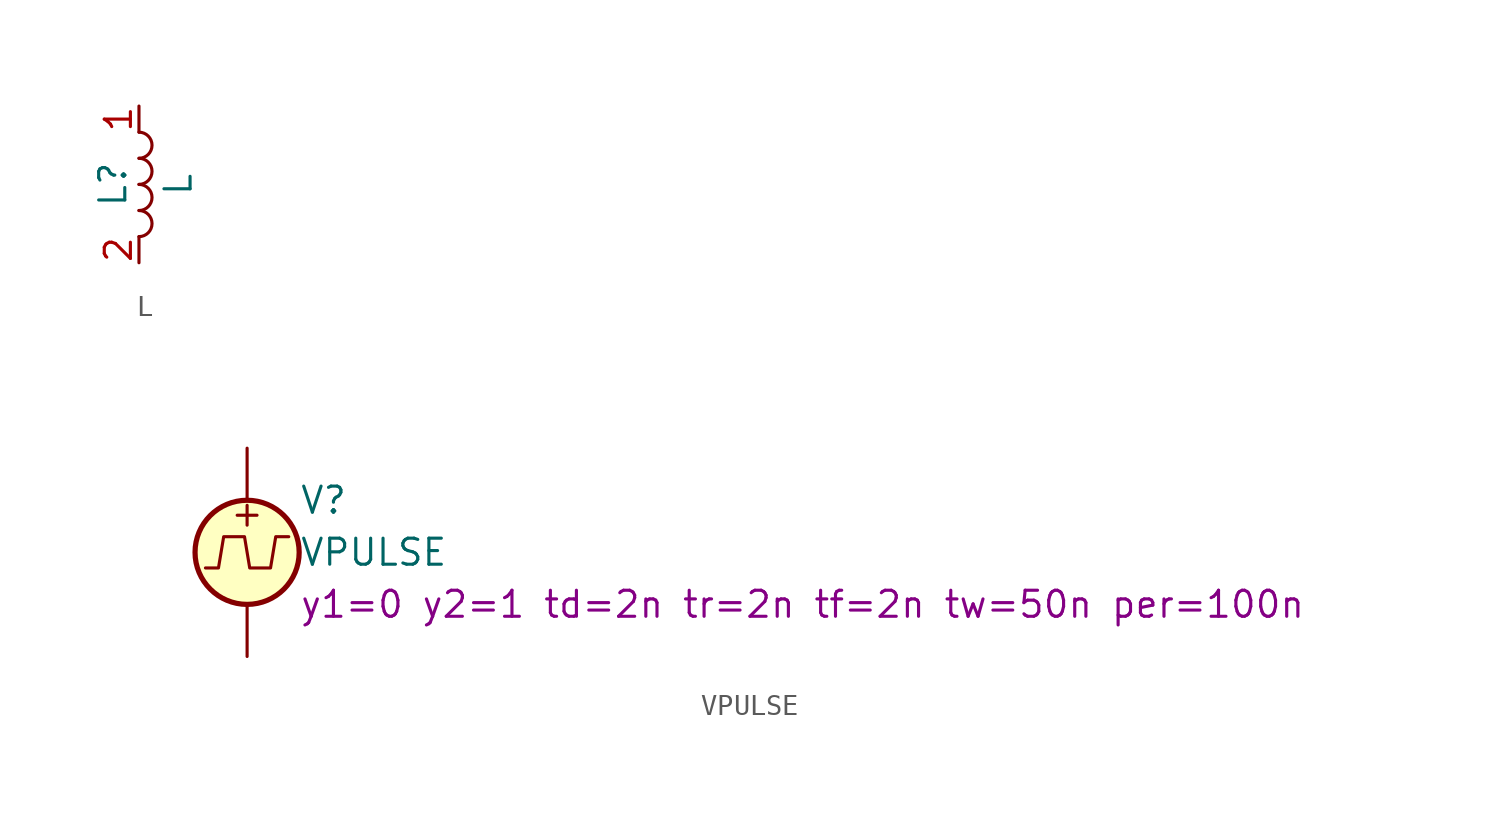
<source format=kicad_sym>
(kicad_symbol_lib
  (version 20241209)
  (generator "kicad_symbol_editor")
  (generator_version "9.0")
  (symbol "L"
    (pin_names
      (offset 1.016)
      (hide yes))
    (property "Reference" "L"
      (at -1.27 0 90)
      (effects (font (size 1.27 1.27))))
    (property "Value" "L"
      (at 1.905 0 90)
      (effects (font (size 1.27 1.27))))
    (symbol "L_0_1"
      (arc (start 0 2.54) (mid 0.6323 1.905) (end 0 1.27) (stroke (width 0) (type default)) (fill (type none)))
      (arc (start 0 1.27) (mid 0.6323 0.635) (end 0 0) (stroke (width 0) (type default)) (fill (type none)))
      (arc (start 0 0) (mid 0.6323 -0.635) (end 0 -1.27) (stroke (width 0) (type default)) (fill (type none)))
      (arc (start 0 -1.27) (mid 0.6323 -1.905) (end 0 -2.54) (stroke (width 0) (type default)) (fill (type none))))
    (symbol "L_1_1"
      (pin passive line (at 0 3.81 270) (length 1.27) (name "1" (effects (font (size 1.27 1.27)))) (number "1" (effects (font (size 1.27 1.27)))))
      (pin passive line (at 0 -3.81 90) (length 1.27) (name "2" (effects (font (size 1.27 1.27)))) (number "2" (effects (font (size 1.27 1.27)))))))
  (symbol "VPULSE"
    (pin_numbers
      (hide yes))
    (pin_names
      (offset 0.025))
    (property "Reference" "V"
      (at 2.54 2.54 0)
      (effects (font (size 1.27 1.27)) (justify left)))
    (property "Value" "VPULSE"
      (at 2.54 0 0)
      (effects (font (size 1.27 1.27)) (justify left)))
    (property "Sim.Params" "y1=0 y2=1 td=2n tr=2n tf=2n tw=50n per=100n"
      (at 2.54 -2.54 0)
      (effects (font (size 1.27 1.27)) (justify left)))
    (symbol "VPULSE_0_0"
      (polyline (pts (xy -2.032 -0.762) (xy -1.397 -0.762) (xy -1.143 0.762) (xy -0.127 0.762) (xy 0.127 -0.762) (xy 1.143 -0.762) (xy 1.397 0.762) (xy 2.032 0.762)) (stroke (width 0) (type default)) (fill (type none)))
      (text "+" (at 0 1.905 0) (effects (font (size 1.27 1.27)))))
    (symbol "VPULSE_0_1"
      (circle (center 0 0) (radius 2.54) (stroke (width 0.254) (type default)) (fill (type background))))
    (symbol "VPULSE_1_1"
      (pin passive line (at 0 5.08 270) (length 2.54) (name "~" (effects (font (size 1.27 1.27)))) (number "1" (effects (font (size 1.27 1.27)))))
      (pin passive line (at 0 -5.08 90) (length 2.54) (name "~" (effects (font (size 1.27 1.27)))) (number "2" (effects (font (size 1.27 1.27))))))))
</source>
